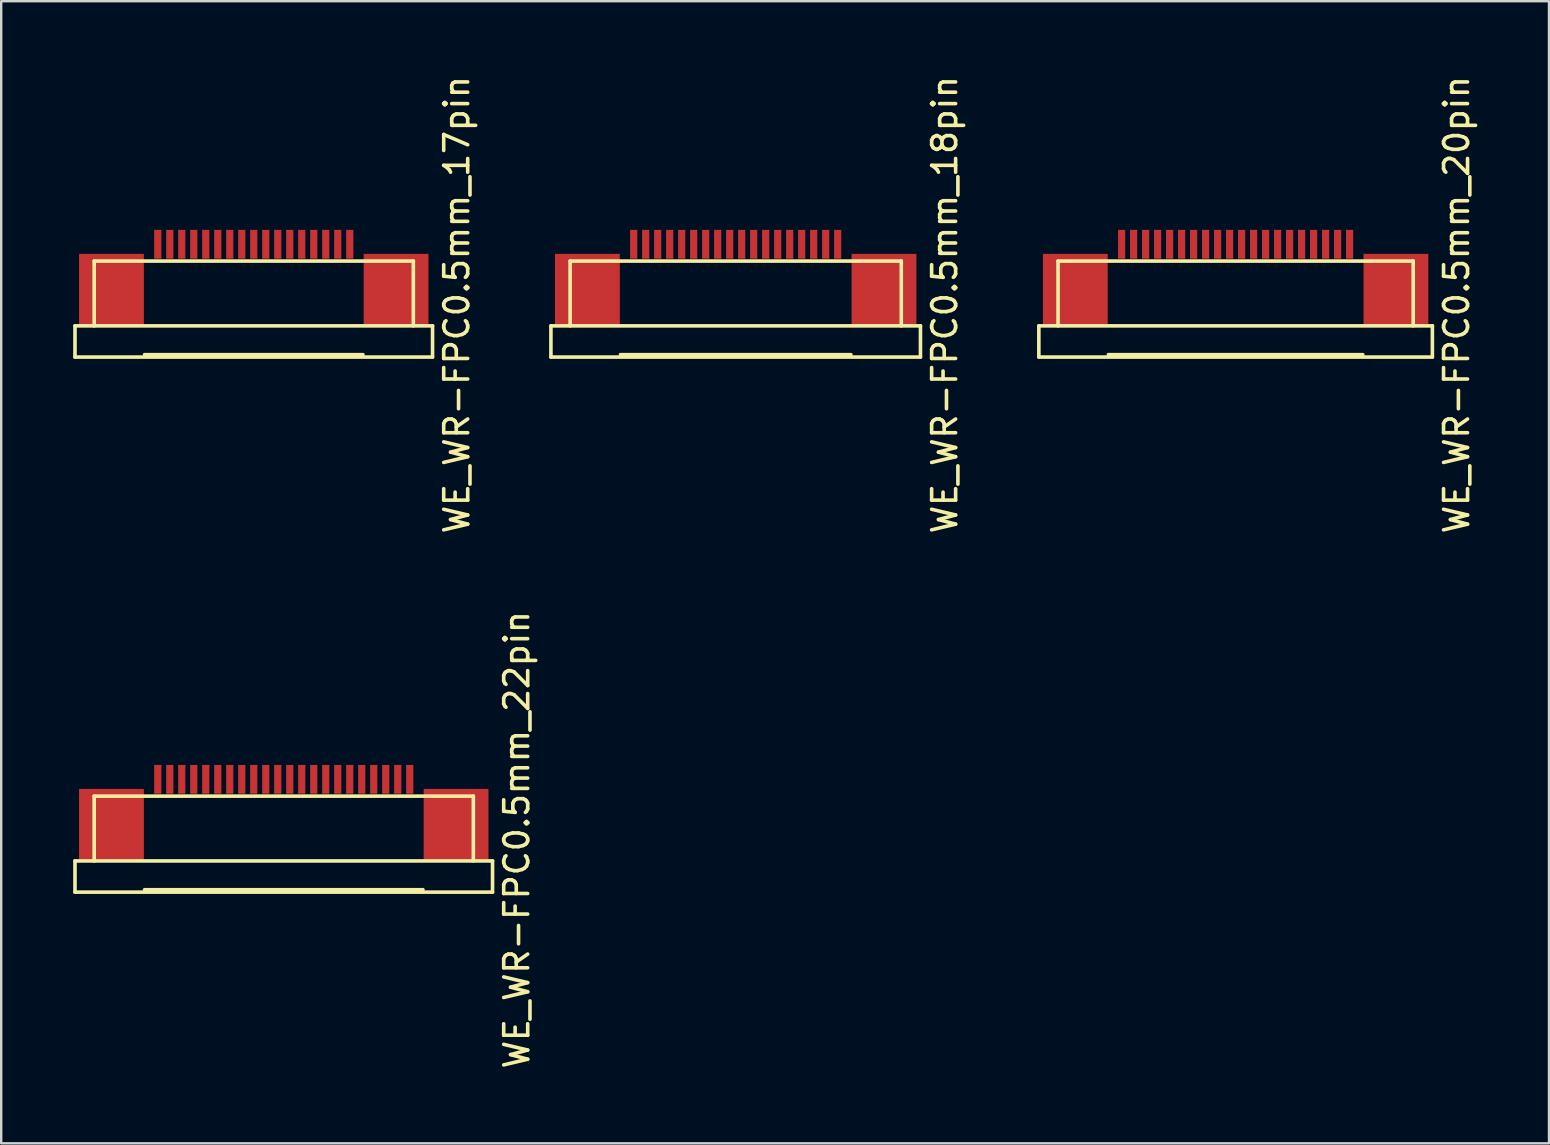
<source format=kicad_pcb>
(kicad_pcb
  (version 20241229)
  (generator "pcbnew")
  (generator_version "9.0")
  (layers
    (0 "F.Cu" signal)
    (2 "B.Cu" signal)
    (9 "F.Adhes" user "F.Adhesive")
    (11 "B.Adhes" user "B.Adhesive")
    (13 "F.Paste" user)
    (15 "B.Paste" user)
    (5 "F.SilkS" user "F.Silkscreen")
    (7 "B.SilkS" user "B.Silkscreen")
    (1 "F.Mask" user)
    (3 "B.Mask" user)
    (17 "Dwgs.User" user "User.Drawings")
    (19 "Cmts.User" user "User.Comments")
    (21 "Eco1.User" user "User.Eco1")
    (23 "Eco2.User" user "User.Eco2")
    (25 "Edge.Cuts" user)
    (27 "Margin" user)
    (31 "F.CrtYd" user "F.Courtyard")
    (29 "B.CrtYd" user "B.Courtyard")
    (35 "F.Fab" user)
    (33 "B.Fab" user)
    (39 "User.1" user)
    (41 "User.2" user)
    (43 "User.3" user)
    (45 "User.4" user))
  (footprint "WE_WR-FPC0.5mm_18pin"
    (layer "F.Cu")
    (at 27.608 7.129)
    (property "Reference" "WE_WR-FPC0.5mm_18pin" (at 8.71 2.52 90) (layer "F.SilkS") (effects (font (size 1 1) (thickness 0.15))))
    (attr through_hole)
    (fp_line (start -7.7 3.4) (end -7.7 4.7) (stroke (width 0.15) (type solid)) (layer "F.SilkS"))
    (fp_line (start -7.7 3.4) (end 7.7 3.4) (stroke (width 0.15) (type solid)) (layer "F.SilkS"))
    (fp_line (start -7.7 4.7) (end 7.7 4.7) (stroke (width 0.15) (type solid)) (layer "F.SilkS"))
    (fp_line (start -6.9 0.7) (end 6.9 0.7) (stroke (width 0.15) (type solid)) (layer "F.SilkS"))
    (fp_line (start -6.9 3.4) (end -6.9 0.7) (stroke (width 0.15) (type solid)) (layer "F.SilkS"))
    (fp_line (start -4.8 4.6) (end 4.8 4.6) (stroke (width 0.15) (type solid)) (layer "F.SilkS"))
    (fp_line (start 6.9 0.7) (end 6.9 3.4) (stroke (width 0.15) (type solid)) (layer "F.SilkS"))
    (fp_line (start 7.7 3.4) (end 7.7 4.7) (stroke (width 0.15) (type solid)) (layer "F.SilkS"))
    (pad "" smd rect (at -6.18 1.9) (size 2.7 3) (layers "F.Cu" "F.Mask" "F.Paste"))
    (pad "" smd rect (at 6.18 1.9) (size 2.7 3) (layers "F.Cu" "F.Mask" "F.Paste"))
    (pad "1" smd rect (at -4.25 0) (size 0.3 1.2) (layers "F.Cu" "F.Mask" "F.Paste"))
    (pad "2" smd rect (at -3.75 0) (size 0.3 1.2) (layers "F.Cu" "F.Mask" "F.Paste"))
    (pad "3" smd rect (at -3.25 0) (size 0.3 1.2) (layers "F.Cu" "F.Mask" "F.Paste"))
    (pad "4" smd rect (at -2.75 0) (size 0.3 1.2) (layers "F.Cu" "F.Mask" "F.Paste"))
    (pad "5" smd rect (at -2.25 0) (size 0.3 1.2) (layers "F.Cu" "F.Mask" "F.Paste"))
    (pad "6" smd rect (at -1.75 0) (size 0.3 1.2) (layers "F.Cu" "F.Mask" "F.Paste"))
    (pad "7" smd rect (at -1.25 0) (size 0.3 1.2) (layers "F.Cu" "F.Mask" "F.Paste"))
    (pad "8" smd rect (at -0.75 0) (size 0.3 1.2) (layers "F.Cu" "F.Mask" "F.Paste"))
    (pad "9" smd rect (at -0.25 0) (size 0.3 1.2) (layers "F.Cu" "F.Mask" "F.Paste"))
    (pad "10" smd rect (at 0.25 0) (size 0.3 1.2) (layers "F.Cu" "F.Mask" "F.Paste"))
    (pad "11" smd rect (at 0.75 0) (size 0.3 1.2) (layers "F.Cu" "F.Mask" "F.Paste"))
    (pad "12" smd rect (at 1.25 0) (size 0.3 1.2) (layers "F.Cu" "F.Mask" "F.Paste"))
    (pad "13" smd rect (at 1.75 0) (size 0.3 1.2) (layers "F.Cu" "F.Mask" "F.Paste"))
    (pad "14" smd rect (at 2.25 0) (size 0.3 1.2) (layers "F.Cu" "F.Mask" "F.Paste"))
    (pad "15" smd rect (at 2.75 0) (size 0.3 1.2) (layers "F.Cu" "F.Mask" "F.Paste"))
    (pad "16" smd rect (at 3.25 0) (size 0.3 1.2) (layers "F.Cu" "F.Mask" "F.Paste"))
    (pad "17" smd rect (at 3.75 0) (size 0.3 1.2) (layers "F.Cu" "F.Mask" "F.Paste"))
    (pad "18" smd rect (at 4.25 0) (size 0.3 1.2) (layers "F.Cu" "F.Mask" "F.Paste")))
  (footprint "WE_WR-FPC0.5mm_17pin"
    (layer "F.Cu")
    (at 7.525 7.129)
    (property "Reference" "WE_WR-FPC0.5mm_17pin" (at 8.46 2.52 90) (layer "F.SilkS") (effects (font (size 1 1) (thickness 0.15))))
    (attr through_hole)
    (fp_line (start -7.45 3.4) (end -7.45 4.7) (stroke (width 0.15) (type solid)) (layer "F.SilkS"))
    (fp_line (start -7.45 3.4) (end 7.45 3.4) (stroke (width 0.15) (type solid)) (layer "F.SilkS"))
    (fp_line (start -7.45 4.7) (end 7.45 4.7) (stroke (width 0.15) (type solid)) (layer "F.SilkS"))
    (fp_line (start -6.65 0.7) (end 6.65 0.7) (stroke (width 0.15) (type solid)) (layer "F.SilkS"))
    (fp_line (start -6.65 3.4) (end -6.65 0.7) (stroke (width 0.15) (type solid)) (layer "F.SilkS"))
    (fp_line (start -4.55 4.6) (end 4.55 4.6) (stroke (width 0.15) (type solid)) (layer "F.SilkS"))
    (fp_line (start 6.65 0.7) (end 6.65 3.4) (stroke (width 0.15) (type solid)) (layer "F.SilkS"))
    (fp_line (start 7.45 3.4) (end 7.45 4.7) (stroke (width 0.15) (type solid)) (layer "F.SilkS"))
    (pad "" smd rect (at -5.93 1.9) (size 2.7 3) (layers "F.Cu" "F.Mask" "F.Paste"))
    (pad "" smd rect (at 5.93 1.9) (size 2.7 3) (layers "F.Cu" "F.Mask" "F.Paste"))
    (pad "1" smd rect (at -4 0) (size 0.3 1.2) (layers "F.Cu" "F.Mask" "F.Paste"))
    (pad "2" smd rect (at -3.5 0) (size 0.3 1.2) (layers "F.Cu" "F.Mask" "F.Paste"))
    (pad "3" smd rect (at -3 0) (size 0.3 1.2) (layers "F.Cu" "F.Mask" "F.Paste"))
    (pad "4" smd rect (at -2.5 0) (size 0.3 1.2) (layers "F.Cu" "F.Mask" "F.Paste"))
    (pad "5" smd rect (at -2 0) (size 0.3 1.2) (layers "F.Cu" "F.Mask" "F.Paste"))
    (pad "6" smd rect (at -1.5 0) (size 0.3 1.2) (layers "F.Cu" "F.Mask" "F.Paste"))
    (pad "7" smd rect (at -1 0) (size 0.3 1.2) (layers "F.Cu" "F.Mask" "F.Paste"))
    (pad "8" smd rect (at -0.5 0) (size 0.3 1.2) (layers "F.Cu" "F.Mask" "F.Paste"))
    (pad "9" smd rect (at 0 0) (size 0.3 1.2) (layers "F.Cu" "F.Mask" "F.Paste"))
    (pad "10" smd rect (at 0.5 0) (size 0.3 1.2) (layers "F.Cu" "F.Mask" "F.Paste"))
    (pad "11" smd rect (at 1 0) (size 0.3 1.2) (layers "F.Cu" "F.Mask" "F.Paste"))
    (pad "12" smd rect (at 1.5 0) (size 0.3 1.2) (layers "F.Cu" "F.Mask" "F.Paste"))
    (pad "13" smd rect (at 2 0) (size 0.3 1.2) (layers "F.Cu" "F.Mask" "F.Paste"))
    (pad "14" smd rect (at 2.5 0) (size 0.3 1.2) (layers "F.Cu" "F.Mask" "F.Paste"))
    (pad "15" smd rect (at 3 0) (size 0.3 1.2) (layers "F.Cu" "F.Mask" "F.Paste"))
    (pad "16" smd rect (at 3.5 0) (size 0.3 1.2) (layers "F.Cu" "F.Mask" "F.Paste"))
    (pad "17" smd rect (at 4 0) (size 0.3 1.2) (layers "F.Cu" "F.Mask" "F.Paste")))
  (footprint "WE_WR-FPC0.5mm_20pin"
    (layer "F.Cu")
    (at 48.441 7.129)
    (property "Reference" "WE_WR-FPC0.5mm_20pin" (at 9.21 2.52 90) (layer "F.SilkS") (effects (font (size 1 1) (thickness 0.15))))
    (attr through_hole)
    (fp_line (start -8.2 3.4) (end -8.2 4.7) (stroke (width 0.15) (type solid)) (layer "F.SilkS"))
    (fp_line (start -8.2 3.4) (end 8.2 3.4) (stroke (width 0.15) (type solid)) (layer "F.SilkS"))
    (fp_line (start -8.2 4.7) (end 8.2 4.7) (stroke (width 0.15) (type solid)) (layer "F.SilkS"))
    (fp_line (start -7.4 0.7) (end 7.4 0.7) (stroke (width 0.15) (type solid)) (layer "F.SilkS"))
    (fp_line (start -7.4 3.4) (end -7.4 0.7) (stroke (width 0.15) (type solid)) (layer "F.SilkS"))
    (fp_line (start -5.3 4.6) (end 5.3 4.6) (stroke (width 0.15) (type solid)) (layer "F.SilkS"))
    (fp_line (start 7.4 0.7) (end 7.4 3.4) (stroke (width 0.15) (type solid)) (layer "F.SilkS"))
    (fp_line (start 8.2 3.4) (end 8.2 4.7) (stroke (width 0.15) (type solid)) (layer "F.SilkS"))
    (pad "" smd rect (at -6.68 1.9) (size 2.7 3) (layers "F.Cu" "F.Mask" "F.Paste"))
    (pad "" smd rect (at 6.68 1.9) (size 2.7 3) (layers "F.Cu" "F.Mask" "F.Paste"))
    (pad "1" smd rect (at -4.75 0) (size 0.3 1.2) (layers "F.Cu" "F.Mask" "F.Paste"))
    (pad "2" smd rect (at -4.25 0) (size 0.3 1.2) (layers "F.Cu" "F.Mask" "F.Paste"))
    (pad "3" smd rect (at -3.75 0) (size 0.3 1.2) (layers "F.Cu" "F.Mask" "F.Paste"))
    (pad "4" smd rect (at -3.25 0) (size 0.3 1.2) (layers "F.Cu" "F.Mask" "F.Paste"))
    (pad "5" smd rect (at -2.75 0) (size 0.3 1.2) (layers "F.Cu" "F.Mask" "F.Paste"))
    (pad "6" smd rect (at -2.25 0) (size 0.3 1.2) (layers "F.Cu" "F.Mask" "F.Paste"))
    (pad "7" smd rect (at -1.75 0) (size 0.3 1.2) (layers "F.Cu" "F.Mask" "F.Paste"))
    (pad "8" smd rect (at -1.25 0) (size 0.3 1.2) (layers "F.Cu" "F.Mask" "F.Paste"))
    (pad "9" smd rect (at -0.75 0) (size 0.3 1.2) (layers "F.Cu" "F.Mask" "F.Paste"))
    (pad "10" smd rect (at -0.25 0) (size 0.3 1.2) (layers "F.Cu" "F.Mask" "F.Paste"))
    (pad "11" smd rect (at 0.25 0) (size 0.3 1.2) (layers "F.Cu" "F.Mask" "F.Paste"))
    (pad "12" smd rect (at 0.75 0) (size 0.3 1.2) (layers "F.Cu" "F.Mask" "F.Paste"))
    (pad "13" smd rect (at 1.25 0) (size 0.3 1.2) (layers "F.Cu" "F.Mask" "F.Paste"))
    (pad "14" smd rect (at 1.75 0) (size 0.3 1.2) (layers "F.Cu" "F.Mask" "F.Paste"))
    (pad "15" smd rect (at 2.25 0) (size 0.3 1.2) (layers "F.Cu" "F.Mask" "F.Paste"))
    (pad "16" smd rect (at 2.75 0) (size 0.3 1.2) (layers "F.Cu" "F.Mask" "F.Paste"))
    (pad "17" smd rect (at 3.25 0) (size 0.3 1.2) (layers "F.Cu" "F.Mask" "F.Paste"))
    (pad "18" smd rect (at 3.75 0) (size 0.3 1.2) (layers "F.Cu" "F.Mask" "F.Paste"))
    (pad "19" smd rect (at 4.25 0) (size 0.3 1.2) (layers "F.Cu" "F.Mask" "F.Paste"))
    (pad "20" smd rect (at 4.75 0) (size 0.3 1.2) (layers "F.Cu" "F.Mask" "F.Paste")))
  (footprint "WE_WR-FPC0.5mm_22pin"
    (layer "F.Cu")
    (at 8.775 29.426)
    (property "Reference" "WE_WR-FPC0.5mm_22pin" (at 9.71 2.52 90) (layer "F.SilkS") (effects (font (size 1 1) (thickness 0.15))))
    (attr through_hole)
    (fp_line (start -8.7 3.4) (end -8.7 4.7) (stroke (width 0.15) (type solid)) (layer "F.SilkS"))
    (fp_line (start -8.7 3.4) (end 8.7 3.4) (stroke (width 0.15) (type solid)) (layer "F.SilkS"))
    (fp_line (start -8.7 4.7) (end 8.7 4.7) (stroke (width 0.15) (type solid)) (layer "F.SilkS"))
    (fp_line (start -7.9 0.7) (end 7.9 0.7) (stroke (width 0.15) (type solid)) (layer "F.SilkS"))
    (fp_line (start -7.9 3.4) (end -7.9 0.7) (stroke (width 0.15) (type solid)) (layer "F.SilkS"))
    (fp_line (start -5.8 4.6) (end 5.8 4.6) (stroke (width 0.15) (type solid)) (layer "F.SilkS"))
    (fp_line (start 7.9 0.7) (end 7.9 3.4) (stroke (width 0.15) (type solid)) (layer "F.SilkS"))
    (fp_line (start 8.7 3.4) (end 8.7 4.7) (stroke (width 0.15) (type solid)) (layer "F.SilkS"))
    (pad "" smd rect (at -7.18 1.9) (size 2.7 3) (layers "F.Cu" "F.Mask" "F.Paste"))
    (pad "" smd rect (at 7.18 1.9) (size 2.7 3) (layers "F.Cu" "F.Mask" "F.Paste"))
    (pad "1" smd rect (at -5.25 0) (size 0.3 1.2) (layers "F.Cu" "F.Mask" "F.Paste"))
    (pad "2" smd rect (at -4.75 0) (size 0.3 1.2) (layers "F.Cu" "F.Mask" "F.Paste"))
    (pad "3" smd rect (at -4.25 0) (size 0.3 1.2) (layers "F.Cu" "F.Mask" "F.Paste"))
    (pad "4" smd rect (at -3.75 0) (size 0.3 1.2) (layers "F.Cu" "F.Mask" "F.Paste"))
    (pad "5" smd rect (at -3.25 0) (size 0.3 1.2) (layers "F.Cu" "F.Mask" "F.Paste"))
    (pad "6" smd rect (at -2.75 0) (size 0.3 1.2) (layers "F.Cu" "F.Mask" "F.Paste"))
    (pad "7" smd rect (at -2.25 0) (size 0.3 1.2) (layers "F.Cu" "F.Mask" "F.Paste"))
    (pad "8" smd rect (at -1.75 0) (size 0.3 1.2) (layers "F.Cu" "F.Mask" "F.Paste"))
    (pad "9" smd rect (at -1.25 0) (size 0.3 1.2) (layers "F.Cu" "F.Mask" "F.Paste"))
    (pad "10" smd rect (at -0.75 0) (size 0.3 1.2) (layers "F.Cu" "F.Mask" "F.Paste"))
    (pad "11" smd rect (at -0.25 0) (size 0.3 1.2) (layers "F.Cu" "F.Mask" "F.Paste"))
    (pad "12" smd rect (at 0.25 0) (size 0.3 1.2) (layers "F.Cu" "F.Mask" "F.Paste"))
    (pad "13" smd rect (at 0.75 0) (size 0.3 1.2) (layers "F.Cu" "F.Mask" "F.Paste"))
    (pad "14" smd rect (at 1.25 0) (size 0.3 1.2) (layers "F.Cu" "F.Mask" "F.Paste"))
    (pad "15" smd rect (at 1.75 0) (size 0.3 1.2) (layers "F.Cu" "F.Mask" "F.Paste"))
    (pad "16" smd rect (at 2.25 0) (size 0.3 1.2) (layers "F.Cu" "F.Mask" "F.Paste"))
    (pad "17" smd rect (at 2.75 0) (size 0.3 1.2) (layers "F.Cu" "F.Mask" "F.Paste"))
    (pad "18" smd rect (at 3.25 0) (size 0.3 1.2) (layers "F.Cu" "F.Mask" "F.Paste"))
    (pad "19" smd rect (at 3.75 0) (size 0.3 1.2) (layers "F.Cu" "F.Mask" "F.Paste"))
    (pad "20" smd rect (at 4.25 0) (size 0.3 1.2) (layers "F.Cu" "F.Mask" "F.Paste"))
    (pad "21" smd rect (at 4.75 0) (size 0.3 1.2) (layers "F.Cu" "F.Mask" "F.Paste"))
    (pad "22" smd rect (at 5.25 0) (size 0.3 1.2) (layers "F.Cu" "F.Mask" "F.Paste")))
  (gr_rect
    (start -3 -3)
    (end 61.5 44.595)
    (stroke (width 0.1) (type default))
    (fill no)
    (layer "Edge.Cuts")))
</source>
